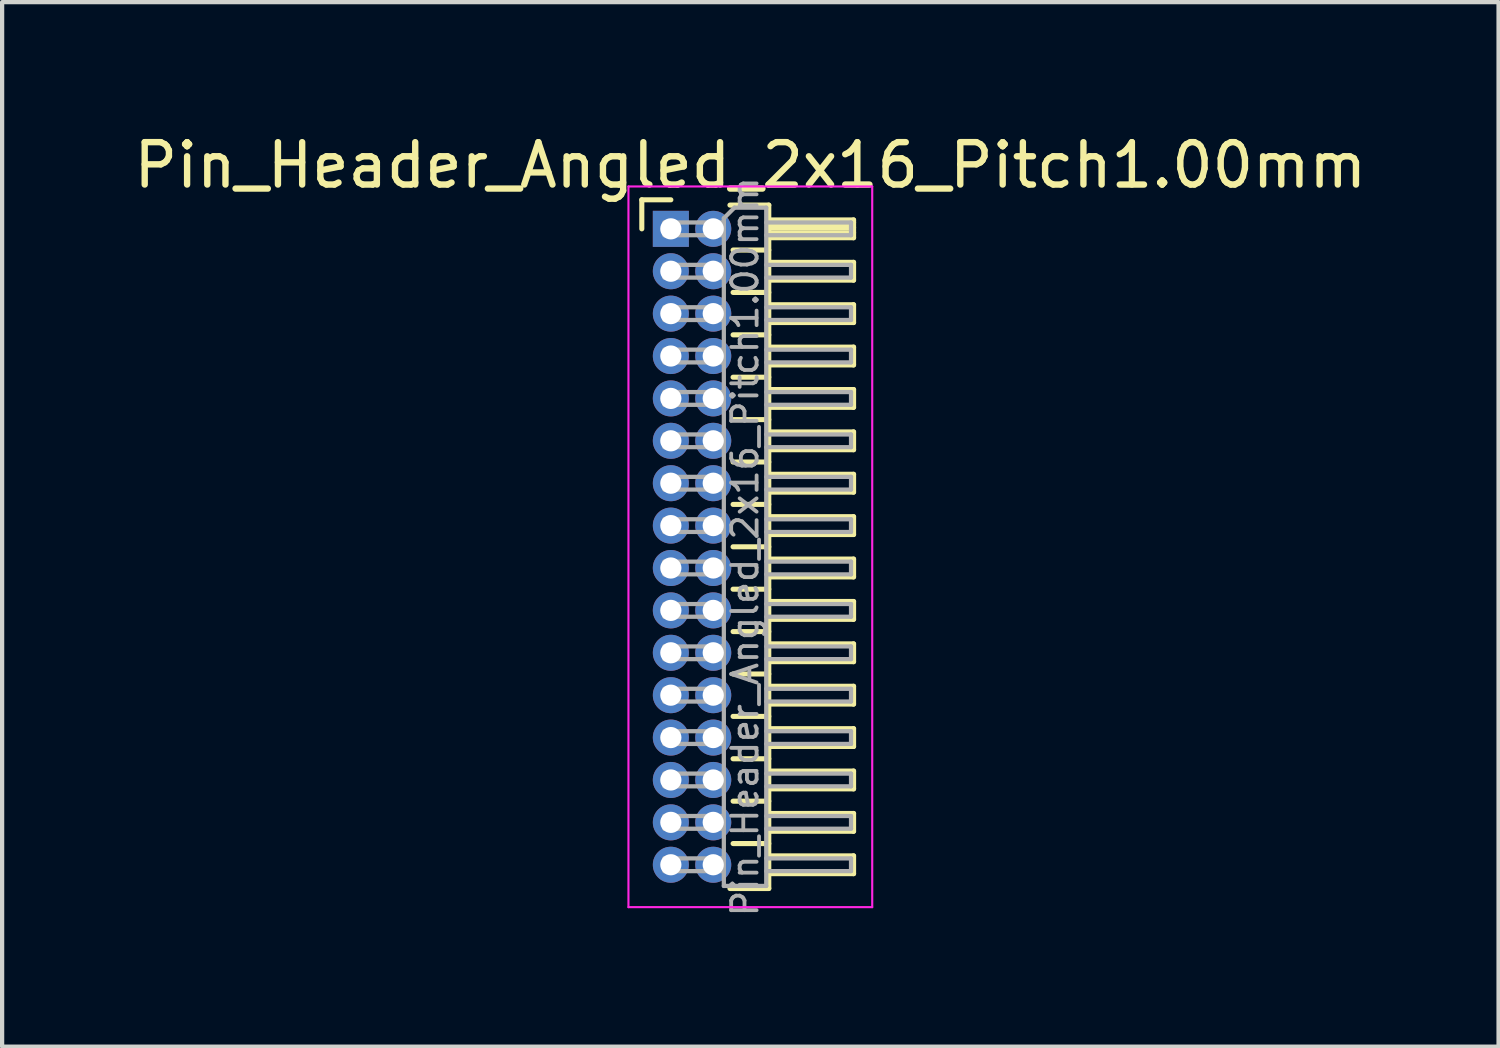
<source format=kicad_pcb>
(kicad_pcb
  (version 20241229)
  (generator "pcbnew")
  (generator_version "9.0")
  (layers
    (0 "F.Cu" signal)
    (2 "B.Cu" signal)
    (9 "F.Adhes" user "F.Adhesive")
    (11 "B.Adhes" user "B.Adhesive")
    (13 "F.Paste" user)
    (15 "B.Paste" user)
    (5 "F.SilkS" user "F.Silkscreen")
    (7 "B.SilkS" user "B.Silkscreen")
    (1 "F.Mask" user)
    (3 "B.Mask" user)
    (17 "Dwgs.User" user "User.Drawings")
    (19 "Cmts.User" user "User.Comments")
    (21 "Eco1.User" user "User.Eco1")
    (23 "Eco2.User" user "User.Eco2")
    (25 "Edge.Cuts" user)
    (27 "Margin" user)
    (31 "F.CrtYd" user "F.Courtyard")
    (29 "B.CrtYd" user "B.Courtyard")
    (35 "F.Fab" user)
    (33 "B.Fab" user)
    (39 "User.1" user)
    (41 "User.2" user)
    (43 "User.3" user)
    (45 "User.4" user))
  (footprint "Pin_Header_Angled_2x16_Pitch1.00mm"
    (layer "F.Cu")
    (at 12.774 2.348)
    (property "Reference" "Pin_Header_Angled_2x16_Pitch1.00mm" (at 1.875 -1.5 0) (layer "F.SilkS") (effects (font (size 1 1) (thickness 0.15))))
    (attr through_hole)
    (fp_line (start -0.685 -0.685) (end 0 -0.685) (stroke (width 0.12) (type solid)) (layer "F.SilkS"))
    (fp_line (start -0.685 0) (end -0.685 -0.685) (stroke (width 0.12) (type solid)) (layer "F.SilkS"))
    (fp_line (start 1.394 -0.56) (end 2.31 -0.56) (stroke (width 0.12) (type solid)) (layer "F.SilkS"))
    (fp_line (start 1.468 0.5) (end 2.31 0.5) (stroke (width 0.12) (type solid)) (layer "F.SilkS"))
    (fp_line (start 1.468 1.5) (end 2.31 1.5) (stroke (width 0.12) (type solid)) (layer "F.SilkS"))
    (fp_line (start 1.468 2.5) (end 2.31 2.5) (stroke (width 0.12) (type solid)) (layer "F.SilkS"))
    (fp_line (start 1.468 3.5) (end 2.31 3.5) (stroke (width 0.12) (type solid)) (layer "F.SilkS"))
    (fp_line (start 1.468 4.5) (end 2.31 4.5) (stroke (width 0.12) (type solid)) (layer "F.SilkS"))
    (fp_line (start 1.468 5.5) (end 2.31 5.5) (stroke (width 0.12) (type solid)) (layer "F.SilkS"))
    (fp_line (start 1.468 6.5) (end 2.31 6.5) (stroke (width 0.12) (type solid)) (layer "F.SilkS"))
    (fp_line (start 1.468 7.5) (end 2.31 7.5) (stroke (width 0.12) (type solid)) (layer "F.SilkS"))
    (fp_line (start 1.468 8.5) (end 2.31 8.5) (stroke (width 0.12) (type solid)) (layer "F.SilkS"))
    (fp_line (start 1.468 9.5) (end 2.31 9.5) (stroke (width 0.12) (type solid)) (layer "F.SilkS"))
    (fp_line (start 1.468 10.5) (end 2.31 10.5) (stroke (width 0.12) (type solid)) (layer "F.SilkS"))
    (fp_line (start 1.468 11.5) (end 2.31 11.5) (stroke (width 0.12) (type solid)) (layer "F.SilkS"))
    (fp_line (start 1.468 12.5) (end 2.31 12.5) (stroke (width 0.12) (type solid)) (layer "F.SilkS"))
    (fp_line (start 1.468 13.5) (end 2.31 13.5) (stroke (width 0.12) (type solid)) (layer "F.SilkS"))
    (fp_line (start 1.468 14.5) (end 2.31 14.5) (stroke (width 0.12) (type solid)) (layer "F.SilkS"))
    (fp_line (start 2.31 -0.56) (end 2.31 15.56) (stroke (width 0.12) (type solid)) (layer "F.SilkS"))
    (fp_line (start 2.31 -0.21) (end 4.31 -0.21) (stroke (width 0.12) (type solid)) (layer "F.SilkS"))
    (fp_line (start 2.31 -0.15) (end 4.31 -0.15) (stroke (width 0.12) (type solid)) (layer "F.SilkS"))
    (fp_line (start 2.31 -0.03) (end 4.31 -0.03) (stroke (width 0.12) (type solid)) (layer "F.SilkS"))
    (fp_line (start 2.31 0.09) (end 4.31 0.09) (stroke (width 0.12) (type solid)) (layer "F.SilkS"))
    (fp_line (start 2.31 0.79) (end 4.31 0.79) (stroke (width 0.12) (type solid)) (layer "F.SilkS"))
    (fp_line (start 2.31 1.79) (end 4.31 1.79) (stroke (width 0.12) (type solid)) (layer "F.SilkS"))
    (fp_line (start 2.31 2.79) (end 4.31 2.79) (stroke (width 0.12) (type solid)) (layer "F.SilkS"))
    (fp_line (start 2.31 3.79) (end 4.31 3.79) (stroke (width 0.12) (type solid)) (layer "F.SilkS"))
    (fp_line (start 2.31 4.79) (end 4.31 4.79) (stroke (width 0.12) (type solid)) (layer "F.SilkS"))
    (fp_line (start 2.31 5.79) (end 4.31 5.79) (stroke (width 0.12) (type solid)) (layer "F.SilkS"))
    (fp_line (start 2.31 6.79) (end 4.31 6.79) (stroke (width 0.12) (type solid)) (layer "F.SilkS"))
    (fp_line (start 2.31 7.79) (end 4.31 7.79) (stroke (width 0.12) (type solid)) (layer "F.SilkS"))
    (fp_line (start 2.31 8.79) (end 4.31 8.79) (stroke (width 0.12) (type solid)) (layer "F.SilkS"))
    (fp_line (start 2.31 9.79) (end 4.31 9.79) (stroke (width 0.12) (type solid)) (layer "F.SilkS"))
    (fp_line (start 2.31 10.79) (end 4.31 10.79) (stroke (width 0.12) (type solid)) (layer "F.SilkS"))
    (fp_line (start 2.31 11.79) (end 4.31 11.79) (stroke (width 0.12) (type solid)) (layer "F.SilkS"))
    (fp_line (start 2.31 12.79) (end 4.31 12.79) (stroke (width 0.12) (type solid)) (layer "F.SilkS"))
    (fp_line (start 2.31 13.79) (end 4.31 13.79) (stroke (width 0.12) (type solid)) (layer "F.SilkS"))
    (fp_line (start 2.31 14.79) (end 4.31 14.79) (stroke (width 0.12) (type solid)) (layer "F.SilkS"))
    (fp_line (start 2.31 15.56) (end 1.394 15.56) (stroke (width 0.12) (type solid)) (layer "F.SilkS"))
    (fp_line (start 4.31 -0.21) (end 4.31 0.21) (stroke (width 0.12) (type solid)) (layer "F.SilkS"))
    (fp_line (start 4.31 0.21) (end 2.31 0.21) (stroke (width 0.12) (type solid)) (layer "F.SilkS"))
    (fp_line (start 4.31 0.79) (end 4.31 1.21) (stroke (width 0.12) (type solid)) (layer "F.SilkS"))
    (fp_line (start 4.31 1.21) (end 2.31 1.21) (stroke (width 0.12) (type solid)) (layer "F.SilkS"))
    (fp_line (start 4.31 1.79) (end 4.31 2.21) (stroke (width 0.12) (type solid)) (layer "F.SilkS"))
    (fp_line (start 4.31 2.21) (end 2.31 2.21) (stroke (width 0.12) (type solid)) (layer "F.SilkS"))
    (fp_line (start 4.31 2.79) (end 4.31 3.21) (stroke (width 0.12) (type solid)) (layer "F.SilkS"))
    (fp_line (start 4.31 3.21) (end 2.31 3.21) (stroke (width 0.12) (type solid)) (layer "F.SilkS"))
    (fp_line (start 4.31 3.79) (end 4.31 4.21) (stroke (width 0.12) (type solid)) (layer "F.SilkS"))
    (fp_line (start 4.31 4.21) (end 2.31 4.21) (stroke (width 0.12) (type solid)) (layer "F.SilkS"))
    (fp_line (start 4.31 4.79) (end 4.31 5.21) (stroke (width 0.12) (type solid)) (layer "F.SilkS"))
    (fp_line (start 4.31 5.21) (end 2.31 5.21) (stroke (width 0.12) (type solid)) (layer "F.SilkS"))
    (fp_line (start 4.31 5.79) (end 4.31 6.21) (stroke (width 0.12) (type solid)) (layer "F.SilkS"))
    (fp_line (start 4.31 6.21) (end 2.31 6.21) (stroke (width 0.12) (type solid)) (layer "F.SilkS"))
    (fp_line (start 4.31 6.79) (end 4.31 7.21) (stroke (width 0.12) (type solid)) (layer "F.SilkS"))
    (fp_line (start 4.31 7.21) (end 2.31 7.21) (stroke (width 0.12) (type solid)) (layer "F.SilkS"))
    (fp_line (start 4.31 7.79) (end 4.31 8.21) (stroke (width 0.12) (type solid)) (layer "F.SilkS"))
    (fp_line (start 4.31 8.21) (end 2.31 8.21) (stroke (width 0.12) (type solid)) (layer "F.SilkS"))
    (fp_line (start 4.31 8.79) (end 4.31 9.21) (stroke (width 0.12) (type solid)) (layer "F.SilkS"))
    (fp_line (start 4.31 9.21) (end 2.31 9.21) (stroke (width 0.12) (type solid)) (layer "F.SilkS"))
    (fp_line (start 4.31 9.79) (end 4.31 10.21) (stroke (width 0.12) (type solid)) (layer "F.SilkS"))
    (fp_line (start 4.31 10.21) (end 2.31 10.21) (stroke (width 0.12) (type solid)) (layer "F.SilkS"))
    (fp_line (start 4.31 10.79) (end 4.31 11.21) (stroke (width 0.12) (type solid)) (layer "F.SilkS"))
    (fp_line (start 4.31 11.21) (end 2.31 11.21) (stroke (width 0.12) (type solid)) (layer "F.SilkS"))
    (fp_line (start 4.31 11.79) (end 4.31 12.21) (stroke (width 0.12) (type solid)) (layer "F.SilkS"))
    (fp_line (start 4.31 12.21) (end 2.31 12.21) (stroke (width 0.12) (type solid)) (layer "F.SilkS"))
    (fp_line (start 4.31 12.79) (end 4.31 13.21) (stroke (width 0.12) (type solid)) (layer "F.SilkS"))
    (fp_line (start 4.31 13.21) (end 2.31 13.21) (stroke (width 0.12) (type solid)) (layer "F.SilkS"))
    (fp_line (start 4.31 13.79) (end 4.31 14.21) (stroke (width 0.12) (type solid)) (layer "F.SilkS"))
    (fp_line (start 4.31 14.21) (end 2.31 14.21) (stroke (width 0.12) (type solid)) (layer "F.SilkS"))
    (fp_line (start 4.31 14.79) (end 4.31 15.21) (stroke (width 0.12) (type solid)) (layer "F.SilkS"))
    (fp_line (start 4.31 15.21) (end 2.31 15.21) (stroke (width 0.12) (type solid)) (layer "F.SilkS"))
    (fp_line (start -1 -1) (end -1 16) (stroke (width 0.05) (type solid)) (layer "F.CrtYd"))
    (fp_line (start -1 16) (end 4.75 16) (stroke (width 0.05) (type solid)) (layer "F.CrtYd"))
    (fp_line (start 4.75 -1) (end -1 -1) (stroke (width 0.05) (type solid)) (layer "F.CrtYd"))
    (fp_line (start 4.75 16) (end 4.75 -1) (stroke (width 0.05) (type solid)) (layer "F.CrtYd"))
    (fp_line (start -0.15 -0.15) (end -0.15 0.15) (stroke (width 0.1) (type solid)) (layer "F.Fab"))
    (fp_line (start -0.15 -0.15) (end 1.25 -0.15) (stroke (width 0.1) (type solid)) (layer "F.Fab"))
    (fp_line (start -0.15 0.15) (end 1.25 0.15) (stroke (width 0.1) (type solid)) (layer "F.Fab"))
    (fp_line (start -0.15 0.85) (end -0.15 1.15) (stroke (width 0.1) (type solid)) (layer "F.Fab"))
    (fp_line (start -0.15 0.85) (end 1.25 0.85) (stroke (width 0.1) (type solid)) (layer "F.Fab"))
    (fp_line (start -0.15 1.15) (end 1.25 1.15) (stroke (width 0.1) (type solid)) (layer "F.Fab"))
    (fp_line (start -0.15 1.85) (end -0.15 2.15) (stroke (width 0.1) (type solid)) (layer "F.Fab"))
    (fp_line (start -0.15 1.85) (end 1.25 1.85) (stroke (width 0.1) (type solid)) (layer "F.Fab"))
    (fp_line (start -0.15 2.15) (end 1.25 2.15) (stroke (width 0.1) (type solid)) (layer "F.Fab"))
    (fp_line (start -0.15 2.85) (end -0.15 3.15) (stroke (width 0.1) (type solid)) (layer "F.Fab"))
    (fp_line (start -0.15 2.85) (end 1.25 2.85) (stroke (width 0.1) (type solid)) (layer "F.Fab"))
    (fp_line (start -0.15 3.15) (end 1.25 3.15) (stroke (width 0.1) (type solid)) (layer "F.Fab"))
    (fp_line (start -0.15 3.85) (end -0.15 4.15) (stroke (width 0.1) (type solid)) (layer "F.Fab"))
    (fp_line (start -0.15 3.85) (end 1.25 3.85) (stroke (width 0.1) (type solid)) (layer "F.Fab"))
    (fp_line (start -0.15 4.15) (end 1.25 4.15) (stroke (width 0.1) (type solid)) (layer "F.Fab"))
    (fp_line (start -0.15 4.85) (end -0.15 5.15) (stroke (width 0.1) (type solid)) (layer "F.Fab"))
    (fp_line (start -0.15 4.85) (end 1.25 4.85) (stroke (width 0.1) (type solid)) (layer "F.Fab"))
    (fp_line (start -0.15 5.15) (end 1.25 5.15) (stroke (width 0.1) (type solid)) (layer "F.Fab"))
    (fp_line (start -0.15 5.85) (end -0.15 6.15) (stroke (width 0.1) (type solid)) (layer "F.Fab"))
    (fp_line (start -0.15 5.85) (end 1.25 5.85) (stroke (width 0.1) (type solid)) (layer "F.Fab"))
    (fp_line (start -0.15 6.15) (end 1.25 6.15) (stroke (width 0.1) (type solid)) (layer "F.Fab"))
    (fp_line (start -0.15 6.85) (end -0.15 7.15) (stroke (width 0.1) (type solid)) (layer "F.Fab"))
    (fp_line (start -0.15 6.85) (end 1.25 6.85) (stroke (width 0.1) (type solid)) (layer "F.Fab"))
    (fp_line (start -0.15 7.15) (end 1.25 7.15) (stroke (width 0.1) (type solid)) (layer "F.Fab"))
    (fp_line (start -0.15 7.85) (end -0.15 8.15) (stroke (width 0.1) (type solid)) (layer "F.Fab"))
    (fp_line (start -0.15 7.85) (end 1.25 7.85) (stroke (width 0.1) (type solid)) (layer "F.Fab"))
    (fp_line (start -0.15 8.15) (end 1.25 8.15) (stroke (width 0.1) (type solid)) (layer "F.Fab"))
    (fp_line (start -0.15 8.85) (end -0.15 9.15) (stroke (width 0.1) (type solid)) (layer "F.Fab"))
    (fp_line (start -0.15 8.85) (end 1.25 8.85) (stroke (width 0.1) (type solid)) (layer "F.Fab"))
    (fp_line (start -0.15 9.15) (end 1.25 9.15) (stroke (width 0.1) (type solid)) (layer "F.Fab"))
    (fp_line (start -0.15 9.85) (end -0.15 10.15) (stroke (width 0.1) (type solid)) (layer "F.Fab"))
    (fp_line (start -0.15 9.85) (end 1.25 9.85) (stroke (width 0.1) (type solid)) (layer "F.Fab"))
    (fp_line (start -0.15 10.15) (end 1.25 10.15) (stroke (width 0.1) (type solid)) (layer "F.Fab"))
    (fp_line (start -0.15 10.85) (end -0.15 11.15) (stroke (width 0.1) (type solid)) (layer "F.Fab"))
    (fp_line (start -0.15 10.85) (end 1.25 10.85) (stroke (width 0.1) (type solid)) (layer "F.Fab"))
    (fp_line (start -0.15 11.15) (end 1.25 11.15) (stroke (width 0.1) (type solid)) (layer "F.Fab"))
    (fp_line (start -0.15 11.85) (end -0.15 12.15) (stroke (width 0.1) (type solid)) (layer "F.Fab"))
    (fp_line (start -0.15 11.85) (end 1.25 11.85) (stroke (width 0.1) (type solid)) (layer "F.Fab"))
    (fp_line (start -0.15 12.15) (end 1.25 12.15) (stroke (width 0.1) (type solid)) (layer "F.Fab"))
    (fp_line (start -0.15 12.85) (end -0.15 13.15) (stroke (width 0.1) (type solid)) (layer "F.Fab"))
    (fp_line (start -0.15 12.85) (end 1.25 12.85) (stroke (width 0.1) (type solid)) (layer "F.Fab"))
    (fp_line (start -0.15 13.15) (end 1.25 13.15) (stroke (width 0.1) (type solid)) (layer "F.Fab"))
    (fp_line (start -0.15 13.85) (end -0.15 14.15) (stroke (width 0.1) (type solid)) (layer "F.Fab"))
    (fp_line (start -0.15 13.85) (end 1.25 13.85) (stroke (width 0.1) (type solid)) (layer "F.Fab"))
    (fp_line (start -0.15 14.15) (end 1.25 14.15) (stroke (width 0.1) (type solid)) (layer "F.Fab"))
    (fp_line (start -0.15 14.85) (end -0.15 15.15) (stroke (width 0.1) (type solid)) (layer "F.Fab"))
    (fp_line (start -0.15 14.85) (end 1.25 14.85) (stroke (width 0.1) (type solid)) (layer "F.Fab"))
    (fp_line (start -0.15 15.15) (end 1.25 15.15) (stroke (width 0.1) (type solid)) (layer "F.Fab"))
    (fp_line (start 1.25 -0.25) (end 1.5 -0.5) (stroke (width 0.1) (type solid)) (layer "F.Fab"))
    (fp_line (start 1.25 15.5) (end 1.25 -0.25) (stroke (width 0.1) (type solid)) (layer "F.Fab"))
    (fp_line (start 1.5 -0.5) (end 2.25 -0.5) (stroke (width 0.1) (type solid)) (layer "F.Fab"))
    (fp_line (start 2.25 -0.5) (end 2.25 15.5) (stroke (width 0.1) (type solid)) (layer "F.Fab"))
    (fp_line (start 2.25 -0.15) (end 4.25 -0.15) (stroke (width 0.1) (type solid)) (layer "F.Fab"))
    (fp_line (start 2.25 0.15) (end 4.25 0.15) (stroke (width 0.1) (type solid)) (layer "F.Fab"))
    (fp_line (start 2.25 0.85) (end 4.25 0.85) (stroke (width 0.1) (type solid)) (layer "F.Fab"))
    (fp_line (start 2.25 1.15) (end 4.25 1.15) (stroke (width 0.1) (type solid)) (layer "F.Fab"))
    (fp_line (start 2.25 1.85) (end 4.25 1.85) (stroke (width 0.1) (type solid)) (layer "F.Fab"))
    (fp_line (start 2.25 2.15) (end 4.25 2.15) (stroke (width 0.1) (type solid)) (layer "F.Fab"))
    (fp_line (start 2.25 2.85) (end 4.25 2.85) (stroke (width 0.1) (type solid)) (layer "F.Fab"))
    (fp_line (start 2.25 3.15) (end 4.25 3.15) (stroke (width 0.1) (type solid)) (layer "F.Fab"))
    (fp_line (start 2.25 3.85) (end 4.25 3.85) (stroke (width 0.1) (type solid)) (layer "F.Fab"))
    (fp_line (start 2.25 4.15) (end 4.25 4.15) (stroke (width 0.1) (type solid)) (layer "F.Fab"))
    (fp_line (start 2.25 4.85) (end 4.25 4.85) (stroke (width 0.1) (type solid)) (layer "F.Fab"))
    (fp_line (start 2.25 5.15) (end 4.25 5.15) (stroke (width 0.1) (type solid)) (layer "F.Fab"))
    (fp_line (start 2.25 5.85) (end 4.25 5.85) (stroke (width 0.1) (type solid)) (layer "F.Fab"))
    (fp_line (start 2.25 6.15) (end 4.25 6.15) (stroke (width 0.1) (type solid)) (layer "F.Fab"))
    (fp_line (start 2.25 6.85) (end 4.25 6.85) (stroke (width 0.1) (type solid)) (layer "F.Fab"))
    (fp_line (start 2.25 7.15) (end 4.25 7.15) (stroke (width 0.1) (type solid)) (layer "F.Fab"))
    (fp_line (start 2.25 7.85) (end 4.25 7.85) (stroke (width 0.1) (type solid)) (layer "F.Fab"))
    (fp_line (start 2.25 8.15) (end 4.25 8.15) (stroke (width 0.1) (type solid)) (layer "F.Fab"))
    (fp_line (start 2.25 8.85) (end 4.25 8.85) (stroke (width 0.1) (type solid)) (layer "F.Fab"))
    (fp_line (start 2.25 9.15) (end 4.25 9.15) (stroke (width 0.1) (type solid)) (layer "F.Fab"))
    (fp_line (start 2.25 9.85) (end 4.25 9.85) (stroke (width 0.1) (type solid)) (layer "F.Fab"))
    (fp_line (start 2.25 10.15) (end 4.25 10.15) (stroke (width 0.1) (type solid)) (layer "F.Fab"))
    (fp_line (start 2.25 10.85) (end 4.25 10.85) (stroke (width 0.1) (type solid)) (layer "F.Fab"))
    (fp_line (start 2.25 11.15) (end 4.25 11.15) (stroke (width 0.1) (type solid)) (layer "F.Fab"))
    (fp_line (start 2.25 11.85) (end 4.25 11.85) (stroke (width 0.1) (type solid)) (layer "F.Fab"))
    (fp_line (start 2.25 12.15) (end 4.25 12.15) (stroke (width 0.1) (type solid)) (layer "F.Fab"))
    (fp_line (start 2.25 12.85) (end 4.25 12.85) (stroke (width 0.1) (type solid)) (layer "F.Fab"))
    (fp_line (start 2.25 13.15) (end 4.25 13.15) (stroke (width 0.1) (type solid)) (layer "F.Fab"))
    (fp_line (start 2.25 13.85) (end 4.25 13.85) (stroke (width 0.1) (type solid)) (layer "F.Fab"))
    (fp_line (start 2.25 14.15) (end 4.25 14.15) (stroke (width 0.1) (type solid)) (layer "F.Fab"))
    (fp_line (start 2.25 14.85) (end 4.25 14.85) (stroke (width 0.1) (type solid)) (layer "F.Fab"))
    (fp_line (start 2.25 15.15) (end 4.25 15.15) (stroke (width 0.1) (type solid)) (layer "F.Fab"))
    (fp_line (start 2.25 15.5) (end 1.25 15.5) (stroke (width 0.1) (type solid)) (layer "F.Fab"))
    (fp_line (start 4.25 -0.15) (end 4.25 0.15) (stroke (width 0.1) (type solid)) (layer "F.Fab"))
    (fp_line (start 4.25 0.85) (end 4.25 1.15) (stroke (width 0.1) (type solid)) (layer "F.Fab"))
    (fp_line (start 4.25 1.85) (end 4.25 2.15) (stroke (width 0.1) (type solid)) (layer "F.Fab"))
    (fp_line (start 4.25 2.85) (end 4.25 3.15) (stroke (width 0.1) (type solid)) (layer "F.Fab"))
    (fp_line (start 4.25 3.85) (end 4.25 4.15) (stroke (width 0.1) (type solid)) (layer "F.Fab"))
    (fp_line (start 4.25 4.85) (end 4.25 5.15) (stroke (width 0.1) (type solid)) (layer "F.Fab"))
    (fp_line (start 4.25 5.85) (end 4.25 6.15) (stroke (width 0.1) (type solid)) (layer "F.Fab"))
    (fp_line (start 4.25 6.85) (end 4.25 7.15) (stroke (width 0.1) (type solid)) (layer "F.Fab"))
    (fp_line (start 4.25 7.85) (end 4.25 8.15) (stroke (width 0.1) (type solid)) (layer "F.Fab"))
    (fp_line (start 4.25 8.85) (end 4.25 9.15) (stroke (width 0.1) (type solid)) (layer "F.Fab"))
    (fp_line (start 4.25 9.85) (end 4.25 10.15) (stroke (width 0.1) (type solid)) (layer "F.Fab"))
    (fp_line (start 4.25 10.85) (end 4.25 11.15) (stroke (width 0.1) (type solid)) (layer "F.Fab"))
    (fp_line (start 4.25 11.85) (end 4.25 12.15) (stroke (width 0.1) (type solid)) (layer "F.Fab"))
    (fp_line (start 4.25 12.85) (end 4.25 13.15) (stroke (width 0.1) (type solid)) (layer "F.Fab"))
    (fp_line (start 4.25 13.85) (end 4.25 14.15) (stroke (width 0.1) (type solid)) (layer "F.Fab"))
    (fp_line (start 4.25 14.85) (end 4.25 15.15) (stroke (width 0.1) (type solid)) (layer "F.Fab"))
    (fp_text user "${REFERENCE}" (at 1.75 7.5 90) (layer "F.Fab") (effects (font (size 0.6 0.6) (thickness 0.09))))
    (pad "1" thru_hole rect (at 0 0) (size 0.85 0.85) (drill 0.5) (layers "*.Cu" "*.Mask"))
    (pad "2" thru_hole oval (at 1 0) (size 0.85 0.85) (drill 0.5) (layers "*.Cu" "*.Mask"))
    (pad "3" thru_hole oval (at 0 1) (size 0.85 0.85) (drill 0.5) (layers "*.Cu" "*.Mask"))
    (pad "4" thru_hole oval (at 1 1) (size 0.85 0.85) (drill 0.5) (layers "*.Cu" "*.Mask"))
    (pad "5" thru_hole oval (at 0 2) (size 0.85 0.85) (drill 0.5) (layers "*.Cu" "*.Mask"))
    (pad "6" thru_hole oval (at 1 2) (size 0.85 0.85) (drill 0.5) (layers "*.Cu" "*.Mask"))
    (pad "7" thru_hole oval (at 0 3) (size 0.85 0.85) (drill 0.5) (layers "*.Cu" "*.Mask"))
    (pad "8" thru_hole oval (at 1 3) (size 0.85 0.85) (drill 0.5) (layers "*.Cu" "*.Mask"))
    (pad "9" thru_hole oval (at 0 4) (size 0.85 0.85) (drill 0.5) (layers "*.Cu" "*.Mask"))
    (pad "10" thru_hole oval (at 1 4) (size 0.85 0.85) (drill 0.5) (layers "*.Cu" "*.Mask"))
    (pad "11" thru_hole oval (at 0 5) (size 0.85 0.85) (drill 0.5) (layers "*.Cu" "*.Mask"))
    (pad "12" thru_hole oval (at 1 5) (size 0.85 0.85) (drill 0.5) (layers "*.Cu" "*.Mask"))
    (pad "13" thru_hole oval (at 0 6) (size 0.85 0.85) (drill 0.5) (layers "*.Cu" "*.Mask"))
    (pad "14" thru_hole oval (at 1 6) (size 0.85 0.85) (drill 0.5) (layers "*.Cu" "*.Mask"))
    (pad "15" thru_hole oval (at 0 7) (size 0.85 0.85) (drill 0.5) (layers "*.Cu" "*.Mask"))
    (pad "16" thru_hole oval (at 1 7) (size 0.85 0.85) (drill 0.5) (layers "*.Cu" "*.Mask"))
    (pad "17" thru_hole oval (at 0 8) (size 0.85 0.85) (drill 0.5) (layers "*.Cu" "*.Mask"))
    (pad "18" thru_hole oval (at 1 8) (size 0.85 0.85) (drill 0.5) (layers "*.Cu" "*.Mask"))
    (pad "19" thru_hole oval (at 0 9) (size 0.85 0.85) (drill 0.5) (layers "*.Cu" "*.Mask"))
    (pad "20" thru_hole oval (at 1 9) (size 0.85 0.85) (drill 0.5) (layers "*.Cu" "*.Mask"))
    (pad "21" thru_hole oval (at 0 10) (size 0.85 0.85) (drill 0.5) (layers "*.Cu" "*.Mask"))
    (pad "22" thru_hole oval (at 1 10) (size 0.85 0.85) (drill 0.5) (layers "*.Cu" "*.Mask"))
    (pad "23" thru_hole oval (at 0 11) (size 0.85 0.85) (drill 0.5) (layers "*.Cu" "*.Mask"))
    (pad "24" thru_hole oval (at 1 11) (size 0.85 0.85) (drill 0.5) (layers "*.Cu" "*.Mask"))
    (pad "25" thru_hole oval (at 0 12) (size 0.85 0.85) (drill 0.5) (layers "*.Cu" "*.Mask"))
    (pad "26" thru_hole oval (at 1 12) (size 0.85 0.85) (drill 0.5) (layers "*.Cu" "*.Mask"))
    (pad "27" thru_hole oval (at 0 13) (size 0.85 0.85) (drill 0.5) (layers "*.Cu" "*.Mask"))
    (pad "28" thru_hole oval (at 1 13) (size 0.85 0.85) (drill 0.5) (layers "*.Cu" "*.Mask"))
    (pad "29" thru_hole oval (at 0 14) (size 0.85 0.85) (drill 0.5) (layers "*.Cu" "*.Mask"))
    (pad "30" thru_hole oval (at 1 14) (size 0.85 0.85) (drill 0.5) (layers "*.Cu" "*.Mask"))
    (pad "31" thru_hole oval (at 0 15) (size 0.85 0.85) (drill 0.5) (layers "*.Cu" "*.Mask"))
    (pad "32" thru_hole oval (at 1 15) (size 0.85 0.85) (drill 0.5) (layers "*.Cu" "*.Mask")))
  (gr_rect
    (start -3 -3)
    (end 32.298 21.638)
    (stroke (width 0.1) (type default))
    (fill no)
    (layer "Edge.Cuts")))
</source>
